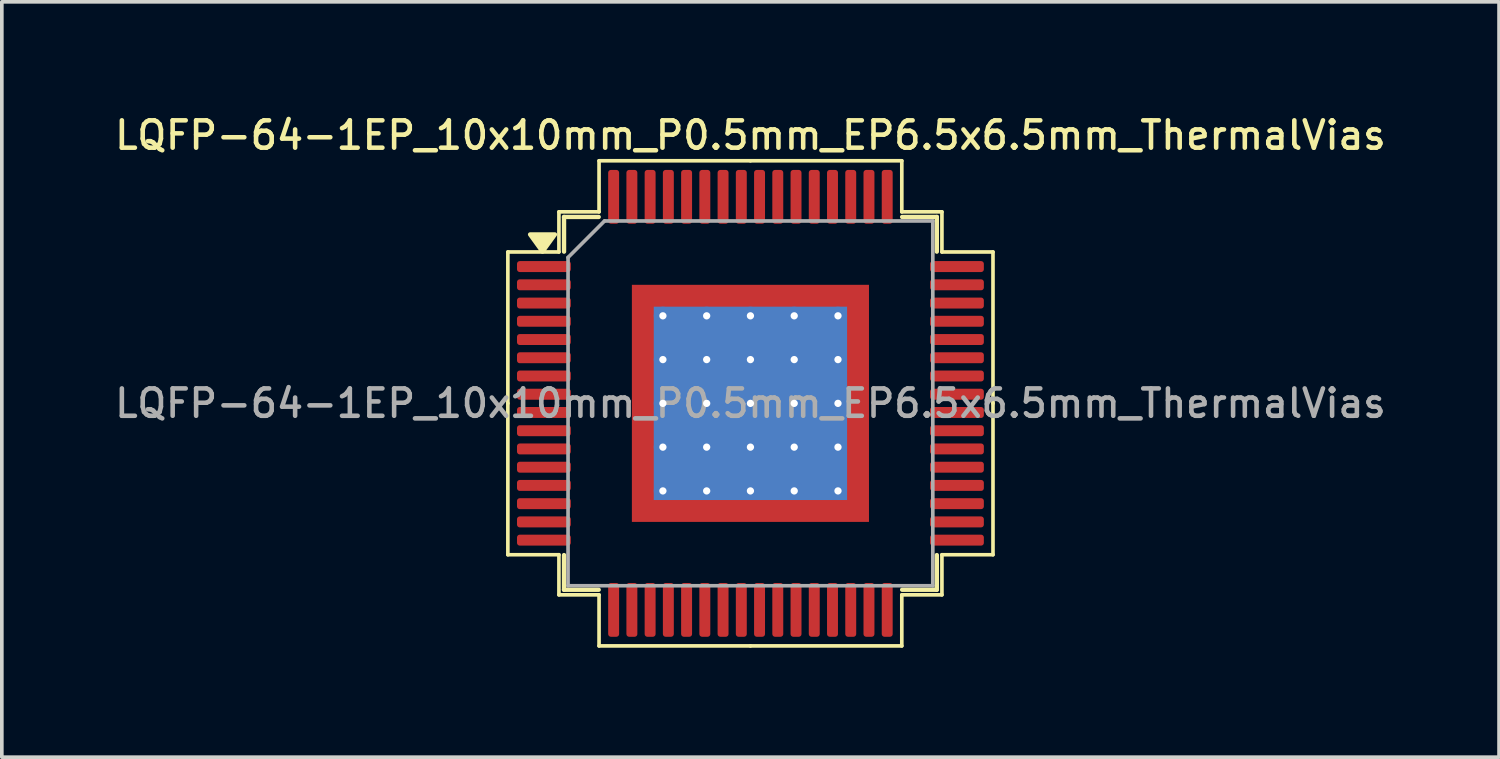
<source format=kicad_pcb>
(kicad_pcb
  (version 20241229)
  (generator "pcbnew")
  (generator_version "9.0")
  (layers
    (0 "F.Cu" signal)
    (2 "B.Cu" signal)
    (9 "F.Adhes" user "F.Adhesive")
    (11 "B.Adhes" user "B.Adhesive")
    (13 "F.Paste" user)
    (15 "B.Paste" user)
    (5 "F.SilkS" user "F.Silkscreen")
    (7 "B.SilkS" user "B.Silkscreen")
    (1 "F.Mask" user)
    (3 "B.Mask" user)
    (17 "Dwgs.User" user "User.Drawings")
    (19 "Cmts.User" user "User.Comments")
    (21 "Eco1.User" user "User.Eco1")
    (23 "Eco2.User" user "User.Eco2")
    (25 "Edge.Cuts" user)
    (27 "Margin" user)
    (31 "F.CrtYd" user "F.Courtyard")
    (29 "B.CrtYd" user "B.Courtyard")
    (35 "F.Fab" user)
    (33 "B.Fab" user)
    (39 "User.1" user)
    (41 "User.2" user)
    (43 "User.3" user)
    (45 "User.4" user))
  (footprint "LQFP-64-1EP_10x10mm_P0.5mm_EP6.5x6.5mm_ThermalVias"
    (layer "F.Cu")
    (at 17.523 8.008)
    (property "Reference" "LQFP-64-1EP_10x10mm_P0.5mm_EP6.5x6.5mm_ThermalVias" (at 0 -7.35 0) (layer "F.SilkS") (effects (font (size 0.75 0.75) (thickness 0.125))))
    (attr smd)
    (fp_line (start -6.65 -4.15) (end -6.65 0) (stroke (width 0.1) (type solid)) (layer "F.SilkS"))
    (fp_line (start -6.65 4.15) (end -6.65 0) (stroke (width 0.1) (type solid)) (layer "F.SilkS"))
    (fp_line (start -5.25 -5.25) (end -5.25 -4.15) (stroke (width 0.1) (type solid)) (layer "F.SilkS"))
    (fp_line (start -5.25 -4.15) (end -6.65 -4.15) (stroke (width 0.1) (type solid)) (layer "F.SilkS"))
    (fp_line (start -5.25 4.15) (end -6.65 4.15) (stroke (width 0.1) (type solid)) (layer "F.SilkS"))
    (fp_line (start -5.25 5.25) (end -5.25 4.15) (stroke (width 0.1) (type solid)) (layer "F.SilkS"))
    (fp_line (start -5.11 -5.11) (end -5.11 -4.16) (stroke (width 0.12) (type solid)) (layer "F.SilkS"))
    (fp_line (start -5.11 5.11) (end -5.11 4.16) (stroke (width 0.12) (type solid)) (layer "F.SilkS"))
    (fp_line (start -4.16 -5.11) (end -5.11 -5.11) (stroke (width 0.12) (type solid)) (layer "F.SilkS"))
    (fp_line (start -4.16 5.11) (end -5.11 5.11) (stroke (width 0.12) (type solid)) (layer "F.SilkS"))
    (fp_line (start -4.15 -6.65) (end -4.15 -5.25) (stroke (width 0.1) (type solid)) (layer "F.SilkS"))
    (fp_line (start -4.15 -5.25) (end -5.25 -5.25) (stroke (width 0.1) (type solid)) (layer "F.SilkS"))
    (fp_line (start -4.15 5.25) (end -5.25 5.25) (stroke (width 0.1) (type solid)) (layer "F.SilkS"))
    (fp_line (start -4.15 6.65) (end -4.15 5.25) (stroke (width 0.1) (type solid)) (layer "F.SilkS"))
    (fp_line (start 0 -6.65) (end -4.15 -6.65) (stroke (width 0.1) (type solid)) (layer "F.SilkS"))
    (fp_line (start 0 -6.65) (end 4.15 -6.65) (stroke (width 0.1) (type solid)) (layer "F.SilkS"))
    (fp_line (start 0 6.65) (end -4.15 6.65) (stroke (width 0.1) (type solid)) (layer "F.SilkS"))
    (fp_line (start 0 6.65) (end 4.15 6.65) (stroke (width 0.1) (type solid)) (layer "F.SilkS"))
    (fp_line (start 4.15 -6.65) (end 4.15 -5.25) (stroke (width 0.1) (type solid)) (layer "F.SilkS"))
    (fp_line (start 4.15 -5.25) (end 5.25 -5.25) (stroke (width 0.1) (type solid)) (layer "F.SilkS"))
    (fp_line (start 4.15 5.25) (end 5.25 5.25) (stroke (width 0.1) (type solid)) (layer "F.SilkS"))
    (fp_line (start 4.15 6.65) (end 4.15 5.25) (stroke (width 0.1) (type solid)) (layer "F.SilkS"))
    (fp_line (start 4.16 -5.11) (end 5.11 -5.11) (stroke (width 0.12) (type solid)) (layer "F.SilkS"))
    (fp_line (start 4.16 5.11) (end 5.11 5.11) (stroke (width 0.12) (type solid)) (layer "F.SilkS"))
    (fp_line (start 5.11 -5.11) (end 5.11 -4.16) (stroke (width 0.12) (type solid)) (layer "F.SilkS"))
    (fp_line (start 5.11 5.11) (end 5.11 4.16) (stroke (width 0.12) (type solid)) (layer "F.SilkS"))
    (fp_line (start 5.25 -5.25) (end 5.25 -4.15) (stroke (width 0.1) (type solid)) (layer "F.SilkS"))
    (fp_line (start 5.25 -4.15) (end 6.65 -4.15) (stroke (width 0.1) (type solid)) (layer "F.SilkS"))
    (fp_line (start 5.25 4.15) (end 6.65 4.15) (stroke (width 0.1) (type solid)) (layer "F.SilkS"))
    (fp_line (start 5.25 5.25) (end 5.25 4.15) (stroke (width 0.1) (type solid)) (layer "F.SilkS"))
    (fp_line (start 6.65 -4.15) (end 6.65 0) (stroke (width 0.1) (type solid)) (layer "F.SilkS"))
    (fp_line (start 6.65 4.15) (end 6.65 0) (stroke (width 0.1) (type solid)) (layer "F.SilkS"))
    (fp_poly (pts (xy -5.7 -4.16) (xy -6.04 -4.63) (xy -5.36 -4.63) (xy -5.7 -4.16)) (stroke (width 0.12) (type solid)) (fill yes) (layer "F.SilkS"))
    (fp_line (start -5 -4) (end -4 -5) (stroke (width 0.1) (type solid)) (layer "F.Fab"))
    (fp_line (start -5 5) (end -5 -4) (stroke (width 0.1) (type solid)) (layer "F.Fab"))
    (fp_line (start -4 -5) (end 5 -5) (stroke (width 0.1) (type solid)) (layer "F.Fab"))
    (fp_line (start 5 -5) (end 5 5) (stroke (width 0.1) (type solid)) (layer "F.Fab"))
    (fp_line (start 5 5) (end -5 5) (stroke (width 0.1) (type solid)) (layer "F.Fab"))
    (fp_text user "${REFERENCE}" (at 0 0 0) (layer "F.Fab") (effects (font (size 0.75 0.75) (thickness 0.125))))
    (pad "" smd custom (at -2.825 -2.825) (size 0.602 0.602) (layers "F.Paste") (options (anchor circle)) (primitives (gr_poly (pts (xy -0.259 -0.259) (xy 0.259 -0.259) (xy 0.259 0.19) (xy 0.19 0.259) (xy -0.259 0.259)) (width 0.167) (fill yes))))
    (pad "" smd roundrect (at -2.825 -1.8) (size 0.685 0.967) (layers "F.Paste") (roundrect_rratio 0.25))
    (pad "" smd roundrect (at -2.825 -0.6) (size 0.685 0.967) (layers "F.Paste") (roundrect_rratio 0.25))
    (pad "" smd roundrect (at -2.825 0.6) (size 0.685 0.967) (layers "F.Paste") (roundrect_rratio 0.25))
    (pad "" smd roundrect (at -2.825 1.8) (size 0.685 0.967) (layers "F.Paste") (roundrect_rratio 0.25))
    (pad "" smd custom (at -2.825 2.825) (size 0.602 0.602) (layers "F.Paste") (options (anchor circle)) (primitives (gr_poly (pts (xy -0.259 -0.259) (xy 0.19 -0.259) (xy 0.259 -0.19) (xy 0.259 0.259) (xy -0.259 0.259)) (width 0.167) (fill yes))))
    (pad "" smd roundrect (at -1.8 -2.825) (size 0.967 0.685) (layers "F.Paste") (roundrect_rratio 0.25))
    (pad "" smd roundrect (at -1.8 -1.8) (size 0.967 0.967) (layers "F.Paste") (roundrect_rratio 0.25))
    (pad "" smd roundrect (at -1.8 -0.6) (size 0.967 0.967) (layers "F.Paste") (roundrect_rratio 0.25))
    (pad "" smd roundrect (at -1.8 0.6) (size 0.967 0.967) (layers "F.Paste") (roundrect_rratio 0.25))
    (pad "" smd roundrect (at -1.8 1.8) (size 0.967 0.967) (layers "F.Paste") (roundrect_rratio 0.25))
    (pad "" smd roundrect (at -1.8 2.825) (size 0.967 0.685) (layers "F.Paste") (roundrect_rratio 0.25))
    (pad "" smd roundrect (at -0.6 -2.825) (size 0.967 0.685) (layers "F.Paste") (roundrect_rratio 0.25))
    (pad "" smd roundrect (at -0.6 -1.8) (size 0.967 0.967) (layers "F.Paste") (roundrect_rratio 0.25))
    (pad "" smd roundrect (at -0.6 -0.6) (size 0.967 0.967) (layers "F.Paste") (roundrect_rratio 0.25))
    (pad "" smd roundrect (at -0.6 0.6) (size 0.967 0.967) (layers "F.Paste") (roundrect_rratio 0.25))
    (pad "" smd roundrect (at -0.6 1.8) (size 0.967 0.967) (layers "F.Paste") (roundrect_rratio 0.25))
    (pad "" smd roundrect (at -0.6 2.825) (size 0.967 0.685) (layers "F.Paste") (roundrect_rratio 0.25))
    (pad "" smd roundrect (at 0.6 -2.825) (size 0.967 0.685) (layers "F.Paste") (roundrect_rratio 0.25))
    (pad "" smd roundrect (at 0.6 -1.8) (size 0.967 0.967) (layers "F.Paste") (roundrect_rratio 0.25))
    (pad "" smd roundrect (at 0.6 -0.6) (size 0.967 0.967) (layers "F.Paste") (roundrect_rratio 0.25))
    (pad "" smd roundrect (at 0.6 0.6) (size 0.967 0.967) (layers "F.Paste") (roundrect_rratio 0.25))
    (pad "" smd roundrect (at 0.6 1.8) (size 0.967 0.967) (layers "F.Paste") (roundrect_rratio 0.25))
    (pad "" smd roundrect (at 0.6 2.825) (size 0.967 0.685) (layers "F.Paste") (roundrect_rratio 0.25))
    (pad "" smd roundrect (at 1.8 -2.825) (size 0.967 0.685) (layers "F.Paste") (roundrect_rratio 0.25))
    (pad "" smd roundrect (at 1.8 -1.8) (size 0.967 0.967) (layers "F.Paste") (roundrect_rratio 0.25))
    (pad "" smd roundrect (at 1.8 -0.6) (size 0.967 0.967) (layers "F.Paste") (roundrect_rratio 0.25))
    (pad "" smd roundrect (at 1.8 0.6) (size 0.967 0.967) (layers "F.Paste") (roundrect_rratio 0.25))
    (pad "" smd roundrect (at 1.8 1.8) (size 0.967 0.967) (layers "F.Paste") (roundrect_rratio 0.25))
    (pad "" smd roundrect (at 1.8 2.825) (size 0.967 0.685) (layers "F.Paste") (roundrect_rratio 0.25))
    (pad "" smd custom (at 2.825 -2.825) (size 0.602 0.602) (layers "F.Paste") (options (anchor circle)) (primitives (gr_poly (pts (xy -0.259 -0.259) (xy 0.259 -0.259) (xy 0.259 0.259) (xy -0.19 0.259) (xy -0.259 0.19)) (width 0.167) (fill yes))))
    (pad "" smd roundrect (at 2.825 -1.8) (size 0.685 0.967) (layers "F.Paste") (roundrect_rratio 0.25))
    (pad "" smd roundrect (at 2.825 -0.6) (size 0.685 0.967) (layers "F.Paste") (roundrect_rratio 0.25))
    (pad "" smd roundrect (at 2.825 0.6) (size 0.685 0.967) (layers "F.Paste") (roundrect_rratio 0.25))
    (pad "" smd roundrect (at 2.825 1.8) (size 0.685 0.967) (layers "F.Paste") (roundrect_rratio 0.25))
    (pad "" smd custom (at 2.825 2.825) (size 0.602 0.602) (layers "F.Paste") (options (anchor circle)) (primitives (gr_poly (pts (xy -0.259 -0.19) (xy -0.19 -0.259) (xy 0.259 -0.259) (xy 0.259 0.259) (xy -0.259 0.259)) (width 0.167) (fill yes))))
    (pad "1" smd roundrect (at -5.662 -3.75) (size 1.475 0.3) (layers "F.Cu" "F.Mask" "F.Paste") (roundrect_rratio 0.25))
    (pad "2" smd roundrect (at -5.662 -3.25) (size 1.475 0.3) (layers "F.Cu" "F.Mask" "F.Paste") (roundrect_rratio 0.25))
    (pad "3" smd roundrect (at -5.662 -2.75) (size 1.475 0.3) (layers "F.Cu" "F.Mask" "F.Paste") (roundrect_rratio 0.25))
    (pad "4" smd roundrect (at -5.662 -2.25) (size 1.475 0.3) (layers "F.Cu" "F.Mask" "F.Paste") (roundrect_rratio 0.25))
    (pad "5" smd roundrect (at -5.662 -1.75) (size 1.475 0.3) (layers "F.Cu" "F.Mask" "F.Paste") (roundrect_rratio 0.25))
    (pad "6" smd roundrect (at -5.662 -1.25) (size 1.475 0.3) (layers "F.Cu" "F.Mask" "F.Paste") (roundrect_rratio 0.25))
    (pad "7" smd roundrect (at -5.662 -0.75) (size 1.475 0.3) (layers "F.Cu" "F.Mask" "F.Paste") (roundrect_rratio 0.25))
    (pad "8" smd roundrect (at -5.662 -0.25) (size 1.475 0.3) (layers "F.Cu" "F.Mask" "F.Paste") (roundrect_rratio 0.25))
    (pad "9" smd roundrect (at -5.662 0.25) (size 1.475 0.3) (layers "F.Cu" "F.Mask" "F.Paste") (roundrect_rratio 0.25))
    (pad "10" smd roundrect (at -5.662 0.75) (size 1.475 0.3) (layers "F.Cu" "F.Mask" "F.Paste") (roundrect_rratio 0.25))
    (pad "11" smd roundrect (at -5.662 1.25) (size 1.475 0.3) (layers "F.Cu" "F.Mask" "F.Paste") (roundrect_rratio 0.25))
    (pad "12" smd roundrect (at -5.662 1.75) (size 1.475 0.3) (layers "F.Cu" "F.Mask" "F.Paste") (roundrect_rratio 0.25))
    (pad "13" smd roundrect (at -5.662 2.25) (size 1.475 0.3) (layers "F.Cu" "F.Mask" "F.Paste") (roundrect_rratio 0.25))
    (pad "14" smd roundrect (at -5.662 2.75) (size 1.475 0.3) (layers "F.Cu" "F.Mask" "F.Paste") (roundrect_rratio 0.25))
    (pad "15" smd roundrect (at -5.662 3.25) (size 1.475 0.3) (layers "F.Cu" "F.Mask" "F.Paste") (roundrect_rratio 0.25))
    (pad "16" smd roundrect (at -5.662 3.75) (size 1.475 0.3) (layers "F.Cu" "F.Mask" "F.Paste") (roundrect_rratio 0.25))
    (pad "17" smd roundrect (at -3.75 5.662) (size 0.3 1.475) (layers "F.Cu" "F.Mask" "F.Paste") (roundrect_rratio 0.25))
    (pad "18" smd roundrect (at -3.25 5.662) (size 0.3 1.475) (layers "F.Cu" "F.Mask" "F.Paste") (roundrect_rratio 0.25))
    (pad "19" smd roundrect (at -2.75 5.662) (size 0.3 1.475) (layers "F.Cu" "F.Mask" "F.Paste") (roundrect_rratio 0.25))
    (pad "20" smd roundrect (at -2.25 5.662) (size 0.3 1.475) (layers "F.Cu" "F.Mask" "F.Paste") (roundrect_rratio 0.25))
    (pad "21" smd roundrect (at -1.75 5.662) (size 0.3 1.475) (layers "F.Cu" "F.Mask" "F.Paste") (roundrect_rratio 0.25))
    (pad "22" smd roundrect (at -1.25 5.662) (size 0.3 1.475) (layers "F.Cu" "F.Mask" "F.Paste") (roundrect_rratio 0.25))
    (pad "23" smd roundrect (at -0.75 5.662) (size 0.3 1.475) (layers "F.Cu" "F.Mask" "F.Paste") (roundrect_rratio 0.25))
    (pad "24" smd roundrect (at -0.25 5.662) (size 0.3 1.475) (layers "F.Cu" "F.Mask" "F.Paste") (roundrect_rratio 0.25))
    (pad "25" smd roundrect (at 0.25 5.662) (size 0.3 1.475) (layers "F.Cu" "F.Mask" "F.Paste") (roundrect_rratio 0.25))
    (pad "26" smd roundrect (at 0.75 5.662) (size 0.3 1.475) (layers "F.Cu" "F.Mask" "F.Paste") (roundrect_rratio 0.25))
    (pad "27" smd roundrect (at 1.25 5.662) (size 0.3 1.475) (layers "F.Cu" "F.Mask" "F.Paste") (roundrect_rratio 0.25))
    (pad "28" smd roundrect (at 1.75 5.662) (size 0.3 1.475) (layers "F.Cu" "F.Mask" "F.Paste") (roundrect_rratio 0.25))
    (pad "29" smd roundrect (at 2.25 5.662) (size 0.3 1.475) (layers "F.Cu" "F.Mask" "F.Paste") (roundrect_rratio 0.25))
    (pad "30" smd roundrect (at 2.75 5.662) (size 0.3 1.475) (layers "F.Cu" "F.Mask" "F.Paste") (roundrect_rratio 0.25))
    (pad "31" smd roundrect (at 3.25 5.662) (size 0.3 1.475) (layers "F.Cu" "F.Mask" "F.Paste") (roundrect_rratio 0.25))
    (pad "32" smd roundrect (at 3.75 5.662) (size 0.3 1.475) (layers "F.Cu" "F.Mask" "F.Paste") (roundrect_rratio 0.25))
    (pad "33" smd roundrect (at 5.662 3.75) (size 1.475 0.3) (layers "F.Cu" "F.Mask" "F.Paste") (roundrect_rratio 0.25))
    (pad "34" smd roundrect (at 5.662 3.25) (size 1.475 0.3) (layers "F.Cu" "F.Mask" "F.Paste") (roundrect_rratio 0.25))
    (pad "35" smd roundrect (at 5.662 2.75) (size 1.475 0.3) (layers "F.Cu" "F.Mask" "F.Paste") (roundrect_rratio 0.25))
    (pad "36" smd roundrect (at 5.662 2.25) (size 1.475 0.3) (layers "F.Cu" "F.Mask" "F.Paste") (roundrect_rratio 0.25))
    (pad "37" smd roundrect (at 5.662 1.75) (size 1.475 0.3) (layers "F.Cu" "F.Mask" "F.Paste") (roundrect_rratio 0.25))
    (pad "38" smd roundrect (at 5.662 1.25) (size 1.475 0.3) (layers "F.Cu" "F.Mask" "F.Paste") (roundrect_rratio 0.25))
    (pad "39" smd roundrect (at 5.662 0.75) (size 1.475 0.3) (layers "F.Cu" "F.Mask" "F.Paste") (roundrect_rratio 0.25))
    (pad "40" smd roundrect (at 5.662 0.25) (size 1.475 0.3) (layers "F.Cu" "F.Mask" "F.Paste") (roundrect_rratio 0.25))
    (pad "41" smd roundrect (at 5.662 -0.25) (size 1.475 0.3) (layers "F.Cu" "F.Mask" "F.Paste") (roundrect_rratio 0.25))
    (pad "42" smd roundrect (at 5.662 -0.75) (size 1.475 0.3) (layers "F.Cu" "F.Mask" "F.Paste") (roundrect_rratio 0.25))
    (pad "43" smd roundrect (at 5.662 -1.25) (size 1.475 0.3) (layers "F.Cu" "F.Mask" "F.Paste") (roundrect_rratio 0.25))
    (pad "44" smd roundrect (at 5.662 -1.75) (size 1.475 0.3) (layers "F.Cu" "F.Mask" "F.Paste") (roundrect_rratio 0.25))
    (pad "45" smd roundrect (at 5.662 -2.25) (size 1.475 0.3) (layers "F.Cu" "F.Mask" "F.Paste") (roundrect_rratio 0.25))
    (pad "46" smd roundrect (at 5.662 -2.75) (size 1.475 0.3) (layers "F.Cu" "F.Mask" "F.Paste") (roundrect_rratio 0.25))
    (pad "47" smd roundrect (at 5.662 -3.25) (size 1.475 0.3) (layers "F.Cu" "F.Mask" "F.Paste") (roundrect_rratio 0.25))
    (pad "48" smd roundrect (at 5.662 -3.75) (size 1.475 0.3) (layers "F.Cu" "F.Mask" "F.Paste") (roundrect_rratio 0.25))
    (pad "49" smd roundrect (at 3.75 -5.662) (size 0.3 1.475) (layers "F.Cu" "F.Mask" "F.Paste") (roundrect_rratio 0.25))
    (pad "50" smd roundrect (at 3.25 -5.662) (size 0.3 1.475) (layers "F.Cu" "F.Mask" "F.Paste") (roundrect_rratio 0.25))
    (pad "51" smd roundrect (at 2.75 -5.662) (size 0.3 1.475) (layers "F.Cu" "F.Mask" "F.Paste") (roundrect_rratio 0.25))
    (pad "52" smd roundrect (at 2.25 -5.662) (size 0.3 1.475) (layers "F.Cu" "F.Mask" "F.Paste") (roundrect_rratio 0.25))
    (pad "53" smd roundrect (at 1.75 -5.662) (size 0.3 1.475) (layers "F.Cu" "F.Mask" "F.Paste") (roundrect_rratio 0.25))
    (pad "54" smd roundrect (at 1.25 -5.662) (size 0.3 1.475) (layers "F.Cu" "F.Mask" "F.Paste") (roundrect_rratio 0.25))
    (pad "55" smd roundrect (at 0.75 -5.662) (size 0.3 1.475) (layers "F.Cu" "F.Mask" "F.Paste") (roundrect_rratio 0.25))
    (pad "56" smd roundrect (at 0.25 -5.662) (size 0.3 1.475) (layers "F.Cu" "F.Mask" "F.Paste") (roundrect_rratio 0.25))
    (pad "57" smd roundrect (at -0.25 -5.662) (size 0.3 1.475) (layers "F.Cu" "F.Mask" "F.Paste") (roundrect_rratio 0.25))
    (pad "58" smd roundrect (at -0.75 -5.662) (size 0.3 1.475) (layers "F.Cu" "F.Mask" "F.Paste") (roundrect_rratio 0.25))
    (pad "59" smd roundrect (at -1.25 -5.662) (size 0.3 1.475) (layers "F.Cu" "F.Mask" "F.Paste") (roundrect_rratio 0.25))
    (pad "60" smd roundrect (at -1.75 -5.662) (size 0.3 1.475) (layers "F.Cu" "F.Mask" "F.Paste") (roundrect_rratio 0.25))
    (pad "61" smd roundrect (at -2.25 -5.662) (size 0.3 1.475) (layers "F.Cu" "F.Mask" "F.Paste") (roundrect_rratio 0.25))
    (pad "62" smd roundrect (at -2.75 -5.662) (size 0.3 1.475) (layers "F.Cu" "F.Mask" "F.Paste") (roundrect_rratio 0.25))
    (pad "63" smd roundrect (at -3.25 -5.662) (size 0.3 1.475) (layers "F.Cu" "F.Mask" "F.Paste") (roundrect_rratio 0.25))
    (pad "64" smd roundrect (at -3.75 -5.662) (size 0.3 1.475) (layers "F.Cu" "F.Mask" "F.Paste") (roundrect_rratio 0.25))
    (pad "65" thru_hole circle (at -2.4 -2.4) (size 0.5 0.5) (drill 0.2) (property pad_prop_heatsink) (layers "*.Cu"))
    (pad "65" thru_hole circle (at -2.4 -1.2) (size 0.5 0.5) (drill 0.2) (property pad_prop_heatsink) (layers "*.Cu"))
    (pad "65" thru_hole circle (at -2.4 0) (size 0.5 0.5) (drill 0.2) (property pad_prop_heatsink) (layers "*.Cu"))
    (pad "65" thru_hole circle (at -2.4 1.2) (size 0.5 0.5) (drill 0.2) (property pad_prop_heatsink) (layers "*.Cu"))
    (pad "65" thru_hole circle (at -2.4 2.4) (size 0.5 0.5) (drill 0.2) (property pad_prop_heatsink) (layers "*.Cu"))
    (pad "65" thru_hole circle (at -1.2 -2.4) (size 0.5 0.5) (drill 0.2) (property pad_prop_heatsink) (layers "*.Cu"))
    (pad "65" thru_hole circle (at -1.2 -1.2) (size 0.5 0.5) (drill 0.2) (property pad_prop_heatsink) (layers "*.Cu"))
    (pad "65" thru_hole circle (at -1.2 0) (size 0.5 0.5) (drill 0.2) (property pad_prop_heatsink) (layers "*.Cu"))
    (pad "65" thru_hole circle (at -1.2 1.2) (size 0.5 0.5) (drill 0.2) (property pad_prop_heatsink) (layers "*.Cu"))
    (pad "65" thru_hole circle (at -1.2 2.4) (size 0.5 0.5) (drill 0.2) (property pad_prop_heatsink) (layers "*.Cu"))
    (pad "65" thru_hole circle (at 0 -2.4) (size 0.5 0.5) (drill 0.2) (property pad_prop_heatsink) (layers "*.Cu"))
    (pad "65" thru_hole circle (at 0 -1.2) (size 0.5 0.5) (drill 0.2) (property pad_prop_heatsink) (layers "*.Cu"))
    (pad "65" thru_hole circle (at 0 0) (size 0.5 0.5) (drill 0.2) (property pad_prop_heatsink) (layers "*.Cu"))
    (pad "65" smd rect (at 0 0) (size 5.3 5.3) (property pad_prop_heatsink) (layers "B.Cu"))
    (pad "65" smd rect (at 0 0) (size 6.5 6.5) (property pad_prop_heatsink) (layers "F.Cu" "F.Mask"))
    (pad "65" thru_hole circle (at 0 1.2) (size 0.5 0.5) (drill 0.2) (property pad_prop_heatsink) (layers "*.Cu"))
    (pad "65" thru_hole circle (at 0 2.4) (size 0.5 0.5) (drill 0.2) (property pad_prop_heatsink) (layers "*.Cu"))
    (pad "65" thru_hole circle (at 1.2 -2.4) (size 0.5 0.5) (drill 0.2) (property pad_prop_heatsink) (layers "*.Cu"))
    (pad "65" thru_hole circle (at 1.2 -1.2) (size 0.5 0.5) (drill 0.2) (property pad_prop_heatsink) (layers "*.Cu"))
    (pad "65" thru_hole circle (at 1.2 0) (size 0.5 0.5) (drill 0.2) (property pad_prop_heatsink) (layers "*.Cu"))
    (pad "65" thru_hole circle (at 1.2 1.2) (size 0.5 0.5) (drill 0.2) (property pad_prop_heatsink) (layers "*.Cu"))
    (pad "65" thru_hole circle (at 1.2 2.4) (size 0.5 0.5) (drill 0.2) (property pad_prop_heatsink) (layers "*.Cu"))
    (pad "65" thru_hole circle (at 2.4 -2.4) (size 0.5 0.5) (drill 0.2) (property pad_prop_heatsink) (layers "*.Cu"))
    (pad "65" thru_hole circle (at 2.4 -1.2) (size 0.5 0.5) (drill 0.2) (property pad_prop_heatsink) (layers "*.Cu"))
    (pad "65" thru_hole circle (at 2.4 0) (size 0.5 0.5) (drill 0.2) (property pad_prop_heatsink) (layers "*.Cu"))
    (pad "65" thru_hole circle (at 2.4 1.2) (size 0.5 0.5) (drill 0.2) (property pad_prop_heatsink) (layers "*.Cu"))
    (pad "65" thru_hole circle (at 2.4 2.4) (size 0.5 0.5) (drill 0.2) (property pad_prop_heatsink) (layers "*.Cu")))
  (gr_rect
    (start -3 -3)
    (end 38.046 17.708)
    (stroke (width 0.1) (type default))
    (fill no)
    (layer "Edge.Cuts")))
</source>
